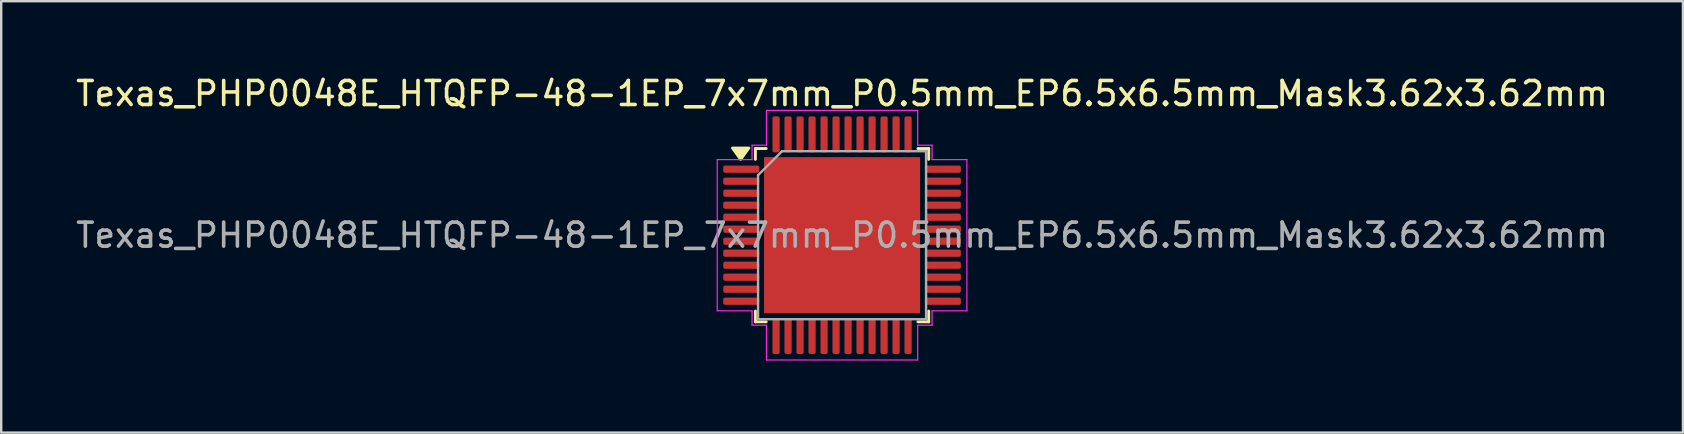
<source format=kicad_pcb>
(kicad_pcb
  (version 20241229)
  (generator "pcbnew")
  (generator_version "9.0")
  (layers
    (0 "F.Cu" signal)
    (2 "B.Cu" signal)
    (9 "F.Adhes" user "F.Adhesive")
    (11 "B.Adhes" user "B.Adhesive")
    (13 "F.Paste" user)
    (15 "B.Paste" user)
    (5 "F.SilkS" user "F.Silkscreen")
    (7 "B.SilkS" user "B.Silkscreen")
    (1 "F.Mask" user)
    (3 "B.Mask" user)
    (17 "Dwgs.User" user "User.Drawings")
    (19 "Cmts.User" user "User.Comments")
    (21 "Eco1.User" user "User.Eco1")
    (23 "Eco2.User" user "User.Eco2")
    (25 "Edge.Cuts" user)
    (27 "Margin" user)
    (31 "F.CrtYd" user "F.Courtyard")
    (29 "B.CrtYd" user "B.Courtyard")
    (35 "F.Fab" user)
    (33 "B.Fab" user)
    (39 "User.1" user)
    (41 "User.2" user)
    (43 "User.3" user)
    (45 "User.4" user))
  (footprint "Texas_PHP0048E_HTQFP-48-1EP_7x7mm_P0.5mm_EP6.5x6.5mm_Mask3.62x3.62mm"
    (layer "F.Cu")
    (at 32.03 6.748)
    (property "Reference" "Texas_PHP0048E_HTQFP-48-1EP_7x7mm_P0.5mm_EP6.5x6.5mm_Mask3.62x3.62mm" (at 0 -5.9 0) (layer "F.SilkS") (effects (font (size 1 1) (thickness 0.15))))
    (attr smd)
    (fp_line (start -3.61 -3.61) (end -3.61 -3.16) (stroke (width 0.12) (type solid)) (layer "F.SilkS"))
    (fp_line (start -3.61 3.61) (end -3.61 3.16) (stroke (width 0.12) (type solid)) (layer "F.SilkS"))
    (fp_line (start -3.16 -3.61) (end -3.61 -3.61) (stroke (width 0.12) (type solid)) (layer "F.SilkS"))
    (fp_line (start -3.16 3.61) (end -3.61 3.61) (stroke (width 0.12) (type solid)) (layer "F.SilkS"))
    (fp_line (start 3.16 -3.61) (end 3.61 -3.61) (stroke (width 0.12) (type solid)) (layer "F.SilkS"))
    (fp_line (start 3.16 3.61) (end 3.61 3.61) (stroke (width 0.12) (type solid)) (layer "F.SilkS"))
    (fp_line (start 3.61 -3.61) (end 3.61 -3.16) (stroke (width 0.12) (type solid)) (layer "F.SilkS"))
    (fp_line (start 3.61 3.61) (end 3.61 3.16) (stroke (width 0.12) (type solid)) (layer "F.SilkS"))
    (fp_poly (pts (xy -4.225 -3.16) (xy -4.565 -3.63) (xy -3.885 -3.63)) (stroke (width 0.12) (type solid)) (fill yes) (layer "F.SilkS"))
    (fp_line (start -5.2 -3.15) (end -3.75 -3.15) (stroke (width 0.05) (type solid)) (layer "F.CrtYd"))
    (fp_line (start -5.2 3.15) (end -5.2 -3.15) (stroke (width 0.05) (type solid)) (layer "F.CrtYd"))
    (fp_line (start -3.75 -3.75) (end -3.15 -3.75) (stroke (width 0.05) (type solid)) (layer "F.CrtYd"))
    (fp_line (start -3.75 -3.15) (end -3.75 -3.75) (stroke (width 0.05) (type solid)) (layer "F.CrtYd"))
    (fp_line (start -3.75 3.15) (end -5.2 3.15) (stroke (width 0.05) (type solid)) (layer "F.CrtYd"))
    (fp_line (start -3.75 3.75) (end -3.75 3.15) (stroke (width 0.05) (type solid)) (layer "F.CrtYd"))
    (fp_line (start -3.15 -5.2) (end 3.15 -5.2) (stroke (width 0.05) (type solid)) (layer "F.CrtYd"))
    (fp_line (start -3.15 -3.75) (end -3.15 -5.2) (stroke (width 0.05) (type solid)) (layer "F.CrtYd"))
    (fp_line (start -3.15 3.75) (end -3.75 3.75) (stroke (width 0.05) (type solid)) (layer "F.CrtYd"))
    (fp_line (start -3.15 5.2) (end -3.15 3.75) (stroke (width 0.05) (type solid)) (layer "F.CrtYd"))
    (fp_line (start 3.15 -5.2) (end 3.15 -3.75) (stroke (width 0.05) (type solid)) (layer "F.CrtYd"))
    (fp_line (start 3.15 -3.75) (end 3.75 -3.75) (stroke (width 0.05) (type solid)) (layer "F.CrtYd"))
    (fp_line (start 3.15 3.75) (end 3.15 5.2) (stroke (width 0.05) (type solid)) (layer "F.CrtYd"))
    (fp_line (start 3.15 5.2) (end -3.15 5.2) (stroke (width 0.05) (type solid)) (layer "F.CrtYd"))
    (fp_line (start 3.75 -3.75) (end 3.75 -3.15) (stroke (width 0.05) (type solid)) (layer "F.CrtYd"))
    (fp_line (start 3.75 -3.15) (end 5.2 -3.15) (stroke (width 0.05) (type solid)) (layer "F.CrtYd"))
    (fp_line (start 3.75 3.15) (end 3.75 3.75) (stroke (width 0.05) (type solid)) (layer "F.CrtYd"))
    (fp_line (start 3.75 3.75) (end 3.15 3.75) (stroke (width 0.05) (type solid)) (layer "F.CrtYd"))
    (fp_line (start 5.2 -3.15) (end 5.2 3.15) (stroke (width 0.05) (type solid)) (layer "F.CrtYd"))
    (fp_line (start 5.2 3.15) (end 3.75 3.15) (stroke (width 0.05) (type solid)) (layer "F.CrtYd"))
    (fp_line (start -3.5 -2.5) (end -2.5 -3.5) (stroke (width 0.1) (type solid)) (layer "F.Fab"))
    (fp_line (start -3.5 3.5) (end -3.5 -2.5) (stroke (width 0.1) (type solid)) (layer "F.Fab"))
    (fp_line (start -2.5 -3.5) (end 3.5 -3.5) (stroke (width 0.1) (type solid)) (layer "F.Fab"))
    (fp_line (start 3.5 -3.5) (end 3.5 3.5) (stroke (width 0.1) (type solid)) (layer "F.Fab"))
    (fp_line (start 3.5 3.5) (end -3.5 3.5) (stroke (width 0.1) (type solid)) (layer "F.Fab"))
    (fp_text user "${REFERENCE}" (at 0 0 0) (layer "F.Fab") (effects (font (size 1 1) (thickness 0.15))))
    (pad "" smd rect (at 0 0) (size 3.62 3.62) (layers "F.Mask"))
    (pad "" smd roundrect (at 0 0) (size 3.62 3.62) (layers "F.Paste") (roundrect_rratio 0.069))
    (pad "1" smd roundrect (at -4.2 -2.75) (size 1.5 0.3) (layers "F.Cu" "F.Mask" "F.Paste") (roundrect_rratio 0.25))
    (pad "2" smd roundrect (at -4.2 -2.25) (size 1.5 0.3) (layers "F.Cu" "F.Mask" "F.Paste") (roundrect_rratio 0.25))
    (pad "3" smd roundrect (at -4.2 -1.75) (size 1.5 0.3) (layers "F.Cu" "F.Mask" "F.Paste") (roundrect_rratio 0.25))
    (pad "4" smd roundrect (at -4.2 -1.25) (size 1.5 0.3) (layers "F.Cu" "F.Mask" "F.Paste") (roundrect_rratio 0.25))
    (pad "5" smd roundrect (at -4.2 -0.75) (size 1.5 0.3) (layers "F.Cu" "F.Mask" "F.Paste") (roundrect_rratio 0.25))
    (pad "6" smd roundrect (at -4.2 -0.25) (size 1.5 0.3) (layers "F.Cu" "F.Mask" "F.Paste") (roundrect_rratio 0.25))
    (pad "7" smd roundrect (at -4.2 0.25) (size 1.5 0.3) (layers "F.Cu" "F.Mask" "F.Paste") (roundrect_rratio 0.25))
    (pad "8" smd roundrect (at -4.2 0.75) (size 1.5 0.3) (layers "F.Cu" "F.Mask" "F.Paste") (roundrect_rratio 0.25))
    (pad "9" smd roundrect (at -4.2 1.25) (size 1.5 0.3) (layers "F.Cu" "F.Mask" "F.Paste") (roundrect_rratio 0.25))
    (pad "10" smd roundrect (at -4.2 1.75) (size 1.5 0.3) (layers "F.Cu" "F.Mask" "F.Paste") (roundrect_rratio 0.25))
    (pad "11" smd roundrect (at -4.2 2.25) (size 1.5 0.3) (layers "F.Cu" "F.Mask" "F.Paste") (roundrect_rratio 0.25))
    (pad "12" smd roundrect (at -4.2 2.75) (size 1.5 0.3) (layers "F.Cu" "F.Mask" "F.Paste") (roundrect_rratio 0.25))
    (pad "13" smd roundrect (at -2.75 4.2) (size 0.3 1.5) (layers "F.Cu" "F.Mask" "F.Paste") (roundrect_rratio 0.25))
    (pad "14" smd roundrect (at -2.25 4.2) (size 0.3 1.5) (layers "F.Cu" "F.Mask" "F.Paste") (roundrect_rratio 0.25))
    (pad "15" smd roundrect (at -1.75 4.2) (size 0.3 1.5) (layers "F.Cu" "F.Mask" "F.Paste") (roundrect_rratio 0.25))
    (pad "16" smd roundrect (at -1.25 4.2) (size 0.3 1.5) (layers "F.Cu" "F.Mask" "F.Paste") (roundrect_rratio 0.25))
    (pad "17" smd roundrect (at -0.75 4.2) (size 0.3 1.5) (layers "F.Cu" "F.Mask" "F.Paste") (roundrect_rratio 0.25))
    (pad "18" smd roundrect (at -0.25 4.2) (size 0.3 1.5) (layers "F.Cu" "F.Mask" "F.Paste") (roundrect_rratio 0.25))
    (pad "19" smd roundrect (at 0.25 4.2) (size 0.3 1.5) (layers "F.Cu" "F.Mask" "F.Paste") (roundrect_rratio 0.25))
    (pad "20" smd roundrect (at 0.75 4.2) (size 0.3 1.5) (layers "F.Cu" "F.Mask" "F.Paste") (roundrect_rratio 0.25))
    (pad "21" smd roundrect (at 1.25 4.2) (size 0.3 1.5) (layers "F.Cu" "F.Mask" "F.Paste") (roundrect_rratio 0.25))
    (pad "22" smd roundrect (at 1.75 4.2) (size 0.3 1.5) (layers "F.Cu" "F.Mask" "F.Paste") (roundrect_rratio 0.25))
    (pad "23" smd roundrect (at 2.25 4.2) (size 0.3 1.5) (layers "F.Cu" "F.Mask" "F.Paste") (roundrect_rratio 0.25))
    (pad "24" smd roundrect (at 2.75 4.2) (size 0.3 1.5) (layers "F.Cu" "F.Mask" "F.Paste") (roundrect_rratio 0.25))
    (pad "25" smd roundrect (at 4.2 2.75) (size 1.5 0.3) (layers "F.Cu" "F.Mask" "F.Paste") (roundrect_rratio 0.25))
    (pad "26" smd roundrect (at 4.2 2.25) (size 1.5 0.3) (layers "F.Cu" "F.Mask" "F.Paste") (roundrect_rratio 0.25))
    (pad "27" smd roundrect (at 4.2 1.75) (size 1.5 0.3) (layers "F.Cu" "F.Mask" "F.Paste") (roundrect_rratio 0.25))
    (pad "28" smd roundrect (at 4.2 1.25) (size 1.5 0.3) (layers "F.Cu" "F.Mask" "F.Paste") (roundrect_rratio 0.25))
    (pad "29" smd roundrect (at 4.2 0.75) (size 1.5 0.3) (layers "F.Cu" "F.Mask" "F.Paste") (roundrect_rratio 0.25))
    (pad "30" smd roundrect (at 4.2 0.25) (size 1.5 0.3) (layers "F.Cu" "F.Mask" "F.Paste") (roundrect_rratio 0.25))
    (pad "31" smd roundrect (at 4.2 -0.25) (size 1.5 0.3) (layers "F.Cu" "F.Mask" "F.Paste") (roundrect_rratio 0.25))
    (pad "32" smd roundrect (at 4.2 -0.75) (size 1.5 0.3) (layers "F.Cu" "F.Mask" "F.Paste") (roundrect_rratio 0.25))
    (pad "33" smd roundrect (at 4.2 -1.25) (size 1.5 0.3) (layers "F.Cu" "F.Mask" "F.Paste") (roundrect_rratio 0.25))
    (pad "34" smd roundrect (at 4.2 -1.75) (size 1.5 0.3) (layers "F.Cu" "F.Mask" "F.Paste") (roundrect_rratio 0.25))
    (pad "35" smd roundrect (at 4.2 -2.25) (size 1.5 0.3) (layers "F.Cu" "F.Mask" "F.Paste") (roundrect_rratio 0.25))
    (pad "36" smd roundrect (at 4.2 -2.75) (size 1.5 0.3) (layers "F.Cu" "F.Mask" "F.Paste") (roundrect_rratio 0.25))
    (pad "37" smd roundrect (at 2.75 -4.2) (size 0.3 1.5) (layers "F.Cu" "F.Mask" "F.Paste") (roundrect_rratio 0.25))
    (pad "38" smd roundrect (at 2.25 -4.2) (size 0.3 1.5) (layers "F.Cu" "F.Mask" "F.Paste") (roundrect_rratio 0.25))
    (pad "39" smd roundrect (at 1.75 -4.2) (size 0.3 1.5) (layers "F.Cu" "F.Mask" "F.Paste") (roundrect_rratio 0.25))
    (pad "40" smd roundrect (at 1.25 -4.2) (size 0.3 1.5) (layers "F.Cu" "F.Mask" "F.Paste") (roundrect_rratio 0.25))
    (pad "41" smd roundrect (at 0.75 -4.2) (size 0.3 1.5) (layers "F.Cu" "F.Mask" "F.Paste") (roundrect_rratio 0.25))
    (pad "42" smd roundrect (at 0.25 -4.2) (size 0.3 1.5) (layers "F.Cu" "F.Mask" "F.Paste") (roundrect_rratio 0.25))
    (pad "43" smd roundrect (at -0.25 -4.2) (size 0.3 1.5) (layers "F.Cu" "F.Mask" "F.Paste") (roundrect_rratio 0.25))
    (pad "44" smd roundrect (at -0.75 -4.2) (size 0.3 1.5) (layers "F.Cu" "F.Mask" "F.Paste") (roundrect_rratio 0.25))
    (pad "45" smd roundrect (at -1.25 -4.2) (size 0.3 1.5) (layers "F.Cu" "F.Mask" "F.Paste") (roundrect_rratio 0.25))
    (pad "46" smd roundrect (at -1.75 -4.2) (size 0.3 1.5) (layers "F.Cu" "F.Mask" "F.Paste") (roundrect_rratio 0.25))
    (pad "47" smd roundrect (at -2.25 -4.2) (size 0.3 1.5) (layers "F.Cu" "F.Mask" "F.Paste") (roundrect_rratio 0.25))
    (pad "48" smd roundrect (at -2.75 -4.2) (size 0.3 1.5) (layers "F.Cu" "F.Mask" "F.Paste") (roundrect_rratio 0.25))
    (pad "49" smd rect (at 0 0) (size 6.5 6.5) (property pad_prop_heatsink) (layers "F.Cu")))
  (gr_rect
    (start -3 -3)
    (end 67.06 14.973)
    (stroke (width 0.1) (type default))
    (fill no)
    (layer "Edge.Cuts")))
</source>
